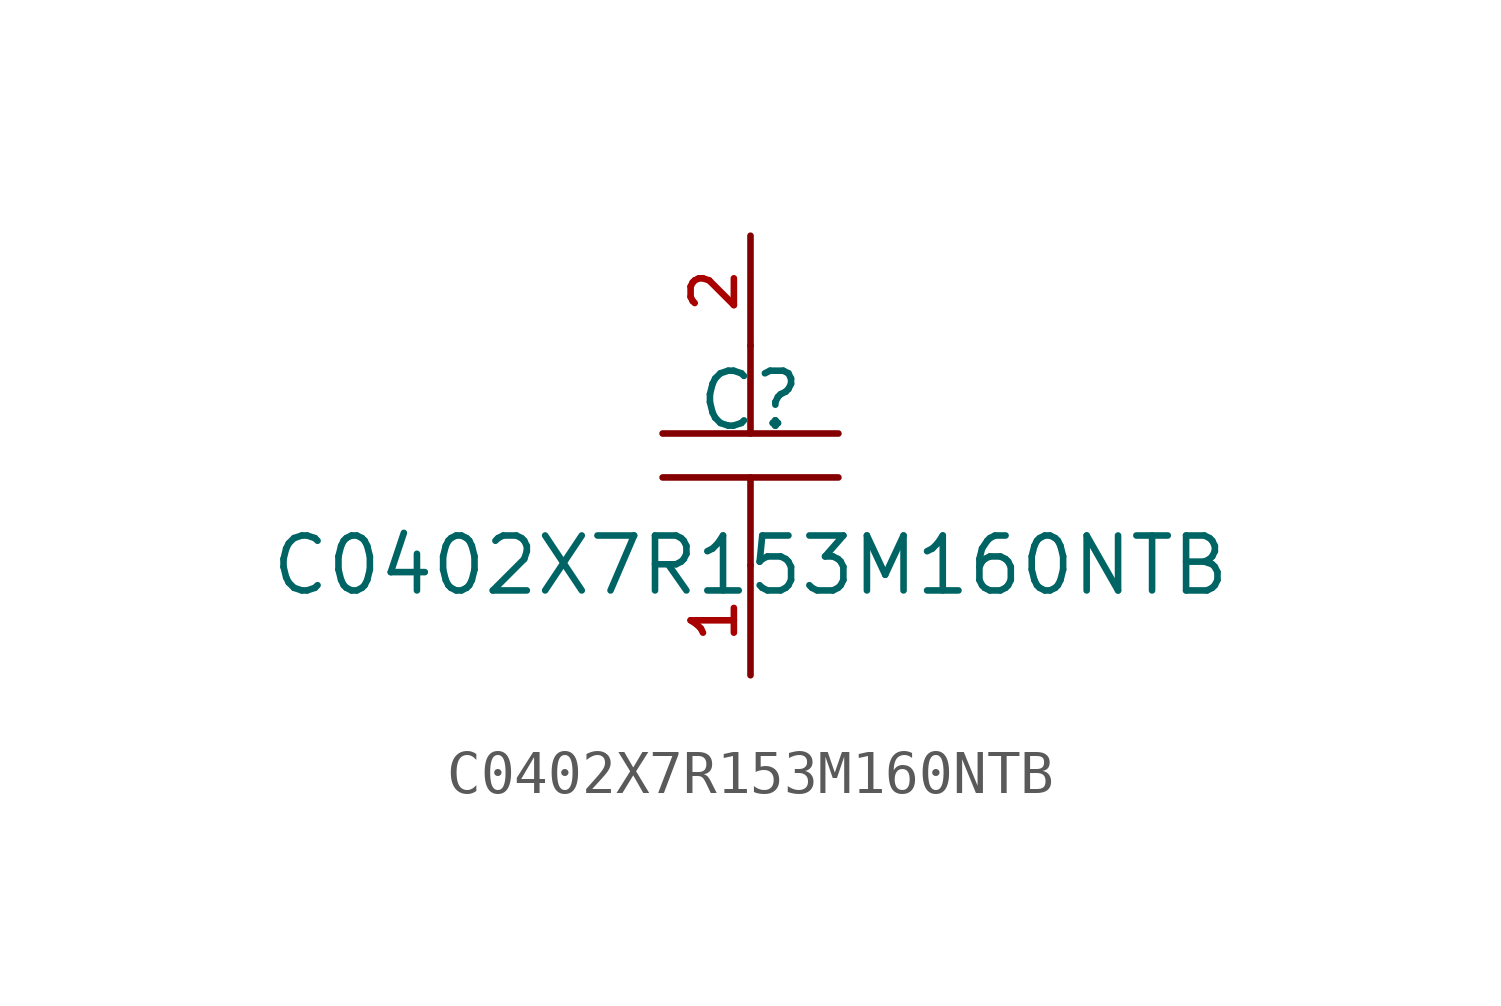
<source format=kicad_sym>
(kicad_symbol_lib
  (version 20210201)
  (generator TousstNicolas/JLC2KiCad_lib)
  (symbol "C0402X7R153M160NTB"
    (pin_names hide)
    (property "Reference" "C"
      (at 0 1.27 0)
      (effects (font (size 1.27 1.27))))
    (property "Value" "C0402X7R153M160NTB"
      (at 0 -2.54 0)
      (effects (font (size 1.27 1.27))))
    (symbol "C0402X7R153M160NTB_0_1"
      (polyline (pts (xy 2.032 -0.508) (xy -2.032 -0.508)) (stroke (width 0) (type default) (color 0 0 0 0)) (fill (type none)))
      (pin unspecified line (at 0.0 -5.08 90) (length 2.54) (name "1" (effects (font (size 1 1)))) (number "1" (effects (font (size 1 1)))))
      (polyline (pts (xy 0.0 2.54) (xy 0.0 0.508)) (stroke (width 0) (type default) (color 0 0 0 0)) (fill (type none)))
      (polyline (pts (xy -2.032 0.508) (xy 2.032 0.508)) (stroke (width 0) (type default) (color 0 0 0 0)) (fill (type none)))
      (pin unspecified line (at 0.0 5.08 270) (length 2.54) (name "2" (effects (font (size 1 1)))) (number "2" (effects (font (size 1 1)))))
      (polyline (pts (xy 0.0 -0.508) (xy 0.0 -2.54)) (stroke (width 0) (type default) (color 0 0 0 0)) (fill (type none))))))
</source>
